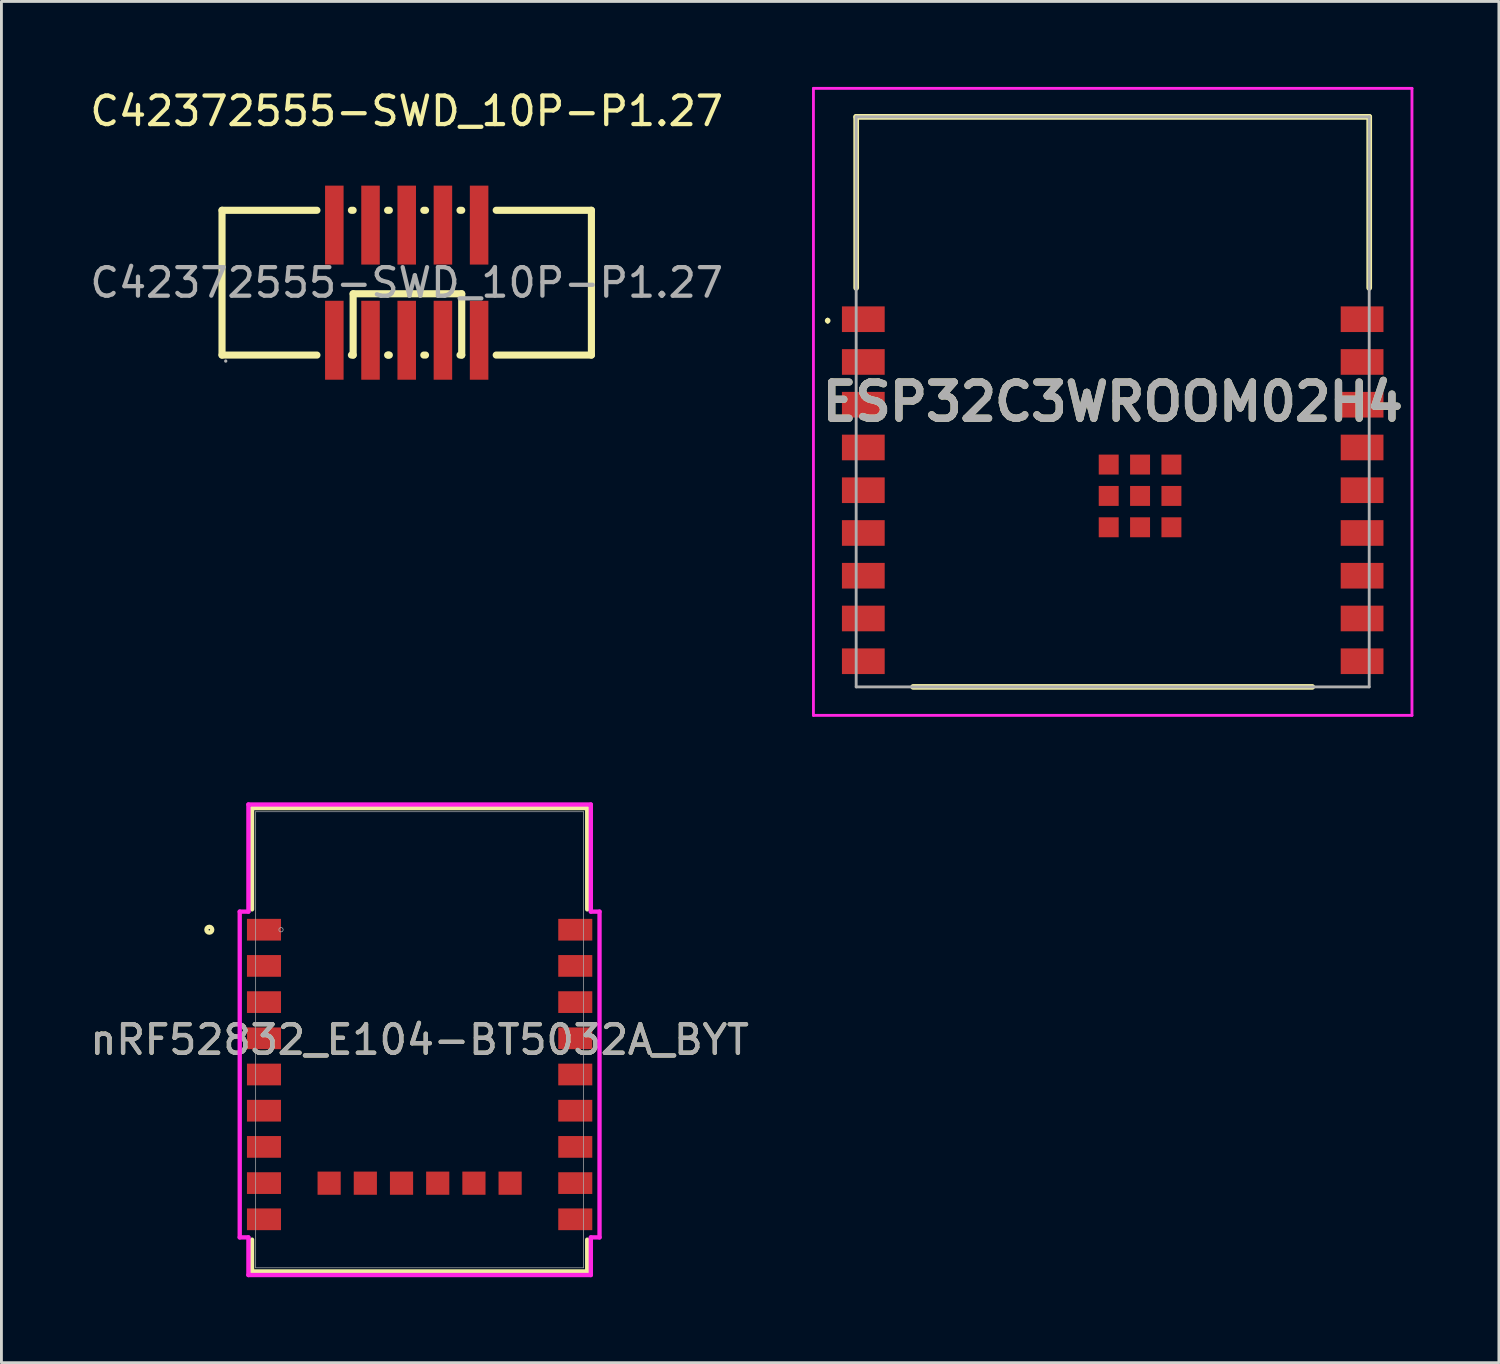
<source format=kicad_pcb>
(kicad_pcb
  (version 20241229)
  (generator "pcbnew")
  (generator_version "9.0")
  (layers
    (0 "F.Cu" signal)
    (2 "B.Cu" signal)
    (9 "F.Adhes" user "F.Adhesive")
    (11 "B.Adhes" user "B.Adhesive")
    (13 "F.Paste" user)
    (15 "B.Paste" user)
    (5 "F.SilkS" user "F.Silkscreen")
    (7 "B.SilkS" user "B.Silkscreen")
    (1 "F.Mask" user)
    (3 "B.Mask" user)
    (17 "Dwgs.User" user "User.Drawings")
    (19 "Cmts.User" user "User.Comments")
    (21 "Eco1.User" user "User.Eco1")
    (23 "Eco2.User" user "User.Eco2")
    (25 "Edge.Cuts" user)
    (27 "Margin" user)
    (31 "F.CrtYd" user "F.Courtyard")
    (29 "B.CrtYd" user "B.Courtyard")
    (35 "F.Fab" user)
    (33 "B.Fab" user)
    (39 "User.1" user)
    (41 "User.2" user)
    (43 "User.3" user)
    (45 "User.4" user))
  (footprint "nRF52832_E104-BT5032A_BYT"
    (layer "F.Cu")
    (at 11.673 33.431)
    (property "Reference" "nRF52832_E104-BT5032A_BYT" (at 0 0 0) (unlocked yes) (layer "F.SilkS") (effects (font (size 1 1) (thickness 0.15))))
    (attr smd)
    (fp_line (start -5.88 -8.128) (end 5.88 -8.128) (stroke (width 0.152) (type solid)) (layer "F.SilkS"))
    (fp_line (start -5.88 -4.575) (end -5.88 -8.128) (stroke (width 0.152) (type solid)) (layer "F.SilkS"))
    (fp_line (start -5.88 8.128) (end -5.88 7.013) (stroke (width 0.152) (type solid)) (layer "F.SilkS"))
    (fp_line (start 5.88 -8.128) (end 5.88 -4.575) (stroke (width 0.152) (type solid)) (layer "F.SilkS"))
    (fp_line (start 5.88 7.013) (end 5.88 8.128) (stroke (width 0.152) (type solid)) (layer "F.SilkS"))
    (fp_line (start 5.88 8.128) (end -5.88 8.128) (stroke (width 0.152) (type solid)) (layer "F.SilkS"))
    (fp_circle (center -7.379 -3.861) (end -7.277 -3.861) (stroke (width 0.152) (type solid)) (fill no) (layer "F.SilkS"))
    (fp_line (start -6.312 -4.496) (end -6.312 6.934) (stroke (width 0.152) (type solid)) (layer "F.CrtYd"))
    (fp_line (start -6.312 6.934) (end -6.007 6.934) (stroke (width 0.152) (type solid)) (layer "F.CrtYd"))
    (fp_line (start -6.007 -8.255) (end -6.007 -4.496) (stroke (width 0.152) (type solid)) (layer "F.CrtYd"))
    (fp_line (start -6.007 -4.496) (end -6.312 -4.496) (stroke (width 0.152) (type solid)) (layer "F.CrtYd"))
    (fp_line (start -6.007 6.934) (end -6.007 8.255) (stroke (width 0.152) (type solid)) (layer "F.CrtYd"))
    (fp_line (start -6.007 8.255) (end 6.007 8.255) (stroke (width 0.152) (type solid)) (layer "F.CrtYd"))
    (fp_line (start 6.007 -8.255) (end -6.007 -8.255) (stroke (width 0.152) (type solid)) (layer "F.CrtYd"))
    (fp_line (start 6.007 -4.496) (end 6.007 -8.255) (stroke (width 0.152) (type solid)) (layer "F.CrtYd"))
    (fp_line (start 6.007 6.934) (end 6.312 6.934) (stroke (width 0.152) (type solid)) (layer "F.CrtYd"))
    (fp_line (start 6.007 8.255) (end 6.007 6.934) (stroke (width 0.152) (type solid)) (layer "F.CrtYd"))
    (fp_line (start 6.312 -4.496) (end 6.007 -4.496) (stroke (width 0.152) (type solid)) (layer "F.CrtYd"))
    (fp_line (start 6.312 6.934) (end 6.312 -4.496) (stroke (width 0.152) (type solid)) (layer "F.CrtYd"))
    (fp_line (start -5.753 -8.001) (end -5.753 8.001) (stroke (width 0.025) (type solid)) (layer "F.Fab"))
    (fp_line (start -5.753 8.001) (end 5.753 8.001) (stroke (width 0.025) (type solid)) (layer "F.Fab"))
    (fp_line (start 5.753 -8.001) (end -5.753 -8.001) (stroke (width 0.025) (type solid)) (layer "F.Fab"))
    (fp_line (start 5.753 8.001) (end 5.753 -8.001) (stroke (width 0.025) (type solid)) (layer "F.Fab"))
    (fp_circle (center -4.864 -3.861) (end -4.788 -3.861) (stroke (width 0.025) (type solid)) (fill no) (layer "F.Fab"))
    (fp_text user "${REFERENCE}" (at 0 0 0) (unlocked yes) (layer "F.Fab") (effects (font (size 1 1) (thickness 0.15))))
    (pad "1" smd rect (at -5.461 -3.861) (size 1.194 0.762) (layers "F.Cu" "F.Mask" "F.Paste"))
    (pad "2" smd rect (at -5.461 -2.591) (size 1.194 0.762) (layers "F.Cu" "F.Mask" "F.Paste"))
    (pad "3" smd rect (at -5.461 -1.321) (size 1.194 0.762) (layers "F.Cu" "F.Mask" "F.Paste"))
    (pad "4" smd rect (at -5.461 -0.051) (size 1.194 0.762) (layers "F.Cu" "F.Mask" "F.Paste"))
    (pad "5" smd rect (at -5.461 1.219) (size 1.194 0.762) (layers "F.Cu" "F.Mask" "F.Paste"))
    (pad "6" smd rect (at -5.461 2.489) (size 1.194 0.762) (layers "F.Cu" "F.Mask" "F.Paste"))
    (pad "7" smd rect (at -5.461 3.759) (size 1.194 0.762) (layers "F.Cu" "F.Mask" "F.Paste"))
    (pad "8" smd rect (at -5.461 5.029) (size 1.194 0.762) (layers "F.Cu" "F.Mask" "F.Paste"))
    (pad "9" smd rect (at -5.461 6.299) (size 1.194 0.762) (layers "F.Cu" "F.Mask" "F.Paste"))
    (pad "10" smd rect (at -3.175 5.032) (size 0.813 0.813) (layers "F.Cu" "F.Mask" "F.Paste"))
    (pad "11" smd rect (at -1.905 5.032) (size 0.813 0.813) (layers "F.Cu" "F.Mask" "F.Paste"))
    (pad "12" smd rect (at -0.635 5.032) (size 0.813 0.813) (layers "F.Cu" "F.Mask" "F.Paste"))
    (pad "13" smd rect (at 0.635 5.032) (size 0.813 0.813) (layers "F.Cu" "F.Mask" "F.Paste"))
    (pad "14" smd rect (at 1.905 5.032) (size 0.813 0.813) (layers "F.Cu" "F.Mask" "F.Paste"))
    (pad "15" smd rect (at 3.175 5.032) (size 0.813 0.813) (layers "F.Cu" "F.Mask" "F.Paste"))
    (pad "16" smd rect (at 5.461 6.299) (size 1.194 0.762) (layers "F.Cu" "F.Mask" "F.Paste"))
    (pad "17" smd rect (at 5.461 5.029) (size 1.194 0.762) (layers "F.Cu" "F.Mask" "F.Paste"))
    (pad "18" smd rect (at 5.461 3.759) (size 1.194 0.762) (layers "F.Cu" "F.Mask" "F.Paste"))
    (pad "19" smd rect (at 5.461 2.489) (size 1.194 0.762) (layers "F.Cu" "F.Mask" "F.Paste"))
    (pad "20" smd rect (at 5.461 1.219) (size 1.194 0.762) (layers "F.Cu" "F.Mask" "F.Paste"))
    (pad "21" smd rect (at 5.461 -0.051) (size 1.194 0.762) (layers "F.Cu" "F.Mask" "F.Paste"))
    (pad "22" smd rect (at 5.461 -1.321) (size 1.194 0.762) (layers "F.Cu" "F.Mask" "F.Paste"))
    (pad "23" smd rect (at 5.461 -2.591) (size 1.194 0.762) (layers "F.Cu" "F.Mask" "F.Paste"))
    (pad "24" smd rect (at 5.461 -3.861) (size 1.194 0.762) (layers "F.Cu" "F.Mask" "F.Paste")))
  (footprint "ESP32C3WROOM02H4"
    (layer "F.Cu")
    (at 26.49 21.05)
    (property "Reference" "ESP32C3WROOM02H4" (at 9.5 -10 0) (layer "F.SilkS") (effects (font (size 1.27 1.27) (thickness 0.254))))
    (attr smd)
    (fp_line (start -0.5 -12.9) (end -0.5 -12.9) (stroke (width 0.1) (type solid)) (layer "F.SilkS"))
    (fp_line (start -0.5 -12.8) (end -0.5 -12.8) (stroke (width 0.1) (type solid)) (layer "F.SilkS"))
    (fp_line (start 0.5 -20) (end 18.5 -20) (stroke (width 0.2) (type solid)) (layer "F.SilkS"))
    (fp_line (start 0.5 -14) (end 0.5 -20) (stroke (width 0.2) (type solid)) (layer "F.SilkS"))
    (fp_line (start 2.5 0) (end 16.5 0) (stroke (width 0.2) (type solid)) (layer "F.SilkS"))
    (fp_line (start 18.5 -20) (end 18.5 -14) (stroke (width 0.2) (type solid)) (layer "F.SilkS"))
    (fp_arc (start -0.5 -12.9) (mid -0.45 -12.85) (end -0.5 -12.8) (stroke (width 0.1) (type solid)) (layer "F.SilkS"))
    (fp_arc (start -0.5 -12.8) (mid -0.55 -12.85) (end -0.5 -12.9) (stroke (width 0.1) (type solid)) (layer "F.SilkS"))
    (fp_line (start -1 -21) (end 20 -21) (stroke (width 0.1) (type solid)) (layer "F.CrtYd"))
    (fp_line (start -1 1) (end -1 -21) (stroke (width 0.1) (type solid)) (layer "F.CrtYd"))
    (fp_line (start 20 -21) (end 20 1) (stroke (width 0.1) (type solid)) (layer "F.CrtYd"))
    (fp_line (start 20 1) (end -1 1) (stroke (width 0.1) (type solid)) (layer "F.CrtYd"))
    (fp_line (start 0.5 -20) (end 0.5 0) (stroke (width 0.1) (type solid)) (layer "F.Fab"))
    (fp_line (start 0.5 0) (end 18.5 0) (stroke (width 0.1) (type solid)) (layer "F.Fab"))
    (fp_line (start 18.5 -20) (end 0.5 -20) (stroke (width 0.1) (type solid)) (layer "F.Fab"))
    (fp_line (start 18.5 0) (end 18.5 -20) (stroke (width 0.1) (type solid)) (layer "F.Fab"))
    (fp_text user "${REFERENCE}" (at 9.5 -10 0) (layer "F.Fab") (effects (font (size 1.27 1.27) (thickness 0.254))))
    (pad "1" smd rect (at 0.75 -12.9 90) (size 0.9 1.5) (layers "F.Cu" "F.Mask" "F.Paste"))
    (pad "2" smd rect (at 0.75 -11.4 90) (size 0.9 1.5) (layers "F.Cu" "F.Mask" "F.Paste"))
    (pad "3" smd rect (at 0.75 -9.9 90) (size 0.9 1.5) (layers "F.Cu" "F.Mask" "F.Paste"))
    (pad "4" smd rect (at 0.75 -8.4 90) (size 0.9 1.5) (layers "F.Cu" "F.Mask" "F.Paste"))
    (pad "5" smd rect (at 0.75 -6.9 90) (size 0.9 1.5) (layers "F.Cu" "F.Mask" "F.Paste"))
    (pad "6" smd rect (at 0.75 -5.4 90) (size 0.9 1.5) (layers "F.Cu" "F.Mask" "F.Paste"))
    (pad "7" smd rect (at 0.75 -3.9 90) (size 0.9 1.5) (layers "F.Cu" "F.Mask" "F.Paste"))
    (pad "8" smd rect (at 0.75 -2.4 90) (size 0.9 1.5) (layers "F.Cu" "F.Mask" "F.Paste"))
    (pad "9" smd rect (at 0.75 -0.9 90) (size 0.9 1.5) (layers "F.Cu" "F.Mask" "F.Paste"))
    (pad "10" smd rect (at 18.25 -0.9 90) (size 0.9 1.5) (layers "F.Cu" "F.Mask" "F.Paste"))
    (pad "11" smd rect (at 18.25 -2.4 90) (size 0.9 1.5) (layers "F.Cu" "F.Mask" "F.Paste"))
    (pad "12" smd rect (at 18.25 -3.9 90) (size 0.9 1.5) (layers "F.Cu" "F.Mask" "F.Paste"))
    (pad "13" smd rect (at 18.25 -5.4 90) (size 0.9 1.5) (layers "F.Cu" "F.Mask" "F.Paste"))
    (pad "14" smd rect (at 18.25 -6.9 90) (size 0.9 1.5) (layers "F.Cu" "F.Mask" "F.Paste"))
    (pad "15" smd rect (at 18.25 -8.4 90) (size 0.9 1.5) (layers "F.Cu" "F.Mask" "F.Paste"))
    (pad "16" smd rect (at 18.25 -9.9 90) (size 0.9 1.5) (layers "F.Cu" "F.Mask" "F.Paste"))
    (pad "17" smd rect (at 18.25 -11.4 90) (size 0.9 1.5) (layers "F.Cu" "F.Mask" "F.Paste"))
    (pad "18" smd rect (at 18.25 -12.9 90) (size 0.9 1.5) (layers "F.Cu" "F.Mask" "F.Paste"))
    (pad "19" smd rect (at 10.46 -6.7 90) (size 0.7 0.7) (layers "F.Cu" "F.Mask" "F.Paste"))
    (pad "20" smd rect (at 11.56 -6.7 90) (size 0.7 0.7) (layers "F.Cu" "F.Mask" "F.Paste"))
    (pad "21" smd rect (at 11.56 -7.8 90) (size 0.7 0.7) (layers "F.Cu" "F.Mask" "F.Paste"))
    (pad "22" smd rect (at 10.46 -7.8 90) (size 0.7 0.7) (layers "F.Cu" "F.Mask" "F.Paste"))
    (pad "23" smd rect (at 9.36 -7.8 90) (size 0.7 0.7) (layers "F.Cu" "F.Mask" "F.Paste"))
    (pad "24" smd rect (at 9.36 -6.7 90) (size 0.7 0.7) (layers "F.Cu" "F.Mask" "F.Paste"))
    (pad "25" smd rect (at 9.36 -5.6 90) (size 0.7 0.7) (layers "F.Cu" "F.Mask" "F.Paste"))
    (pad "26" smd rect (at 10.46 -5.6 90) (size 0.7 0.7) (layers "F.Cu" "F.Mask" "F.Paste"))
    (pad "27" smd rect (at 11.56 -5.6 90) (size 0.7 0.7) (layers "F.Cu" "F.Mask" "F.Paste")))
  (footprint "C42372555-SWD_10P-P1.27"
    (layer "F.Cu")
    (at 11.22 6.868)
    (property "Reference" "C42372555-SWD_10P-P1.27" (at 0 -6.02 0) (layer "F.SilkS") (effects (font (size 1 1) (thickness 0.15))))
    (attr through_hole)
    (fp_line (start -6.48 -2.54) (end -3.15 -2.54) (stroke (width 0.25) (type solid)) (layer "F.SilkS"))
    (fp_line (start -6.48 2.54) (end -6.48 -2.54) (stroke (width 0.25) (type solid)) (layer "F.SilkS"))
    (fp_line (start -3.15 2.54) (end -6.48 2.54) (stroke (width 0.25) (type solid)) (layer "F.SilkS"))
    (fp_line (start -1.94 -2.54) (end -1.88 -2.54) (stroke (width 0.25) (type solid)) (layer "F.SilkS"))
    (fp_line (start -1.88 0.39) (end 1.93 0.39) (stroke (width 0.25) (type solid)) (layer "F.SilkS"))
    (fp_line (start -1.88 2.54) (end -1.94 2.54) (stroke (width 0.25) (type solid)) (layer "F.SilkS"))
    (fp_line (start -1.88 2.54) (end -1.88 0.39) (stroke (width 0.25) (type solid)) (layer "F.SilkS"))
    (fp_line (start -0.67 -2.54) (end -0.61 -2.54) (stroke (width 0.25) (type solid)) (layer "F.SilkS"))
    (fp_line (start -0.64 2.54) (end -0.67 2.54) (stroke (width 0.25) (type solid)) (layer "F.SilkS"))
    (fp_line (start -0.61 2.54) (end -0.64 2.54) (stroke (width 0.25) (type solid)) (layer "F.SilkS"))
    (fp_line (start 0.6 -2.54) (end 0.66 -2.54) (stroke (width 0.25) (type solid)) (layer "F.SilkS"))
    (fp_line (start 0.66 2.54) (end 0.6 2.54) (stroke (width 0.25) (type solid)) (layer "F.SilkS"))
    (fp_line (start 1.87 -2.54) (end 1.93 -2.54) (stroke (width 0.25) (type solid)) (layer "F.SilkS"))
    (fp_line (start 1.93 2.54) (end 1.87 2.54) (stroke (width 0.25) (type solid)) (layer "F.SilkS"))
    (fp_line (start 1.93 2.54) (end 1.93 0.39) (stroke (width 0.25) (type solid)) (layer "F.SilkS"))
    (fp_line (start 3.14 -2.54) (end 6.48 -2.54) (stroke (width 0.25) (type solid)) (layer "F.SilkS"))
    (fp_line (start 6.48 -2.54) (end 6.48 2.54) (stroke (width 0.25) (type solid)) (layer "F.SilkS"))
    (fp_line (start 6.48 2.54) (end 3.14 2.54) (stroke (width 0.25) (type solid)) (layer "F.SilkS"))
    (fp_circle (center -6.35 2.75) (end -6.32 2.75) (stroke (width 0.06) (type solid)) (fill no) (layer "F.Fab"))
    (fp_text user "${REFERENCE}" (at 0 0 0) (layer "F.Fab") (effects (font (size 1 1) (thickness 0.15))))
    (pad "1" smd rect (at -2.54 2.02) (size 0.65 2.77) (layers "F.Cu" "F.Mask" "F.Paste"))
    (pad "2" smd rect (at -2.54 -2.02) (size 0.65 2.77) (layers "F.Cu" "F.Mask" "F.Paste"))
    (pad "3" smd rect (at -1.27 2.02) (size 0.65 2.77) (layers "F.Cu" "F.Mask" "F.Paste"))
    (pad "4" smd rect (at -1.27 -2.02) (size 0.65 2.77) (layers "F.Cu" "F.Mask" "F.Paste"))
    (pad "5" smd rect (at 0 2.02) (size 0.65 2.77) (layers "F.Cu" "F.Mask" "F.Paste"))
    (pad "6" smd rect (at 0 -2.02) (size 0.65 2.77) (layers "F.Cu" "F.Mask" "F.Paste"))
    (pad "7" smd rect (at 1.27 2.02) (size 0.65 2.77) (layers "F.Cu" "F.Mask" "F.Paste"))
    (pad "8" smd rect (at 1.27 -2.02) (size 0.65 2.77) (layers "F.Cu" "F.Mask" "F.Paste"))
    (pad "9" smd rect (at 2.54 2.02) (size 0.65 2.77) (layers "F.Cu" "F.Mask" "F.Paste"))
    (pad "10" smd rect (at 2.54 -2.02) (size 0.65 2.77) (layers "F.Cu" "F.Mask" "F.Paste")))
  (gr_rect
    (start -3 -3)
    (end 49.54 44.762)
    (stroke (width 0.1) (type default))
    (fill no)
    (layer "Edge.Cuts")))
</source>
